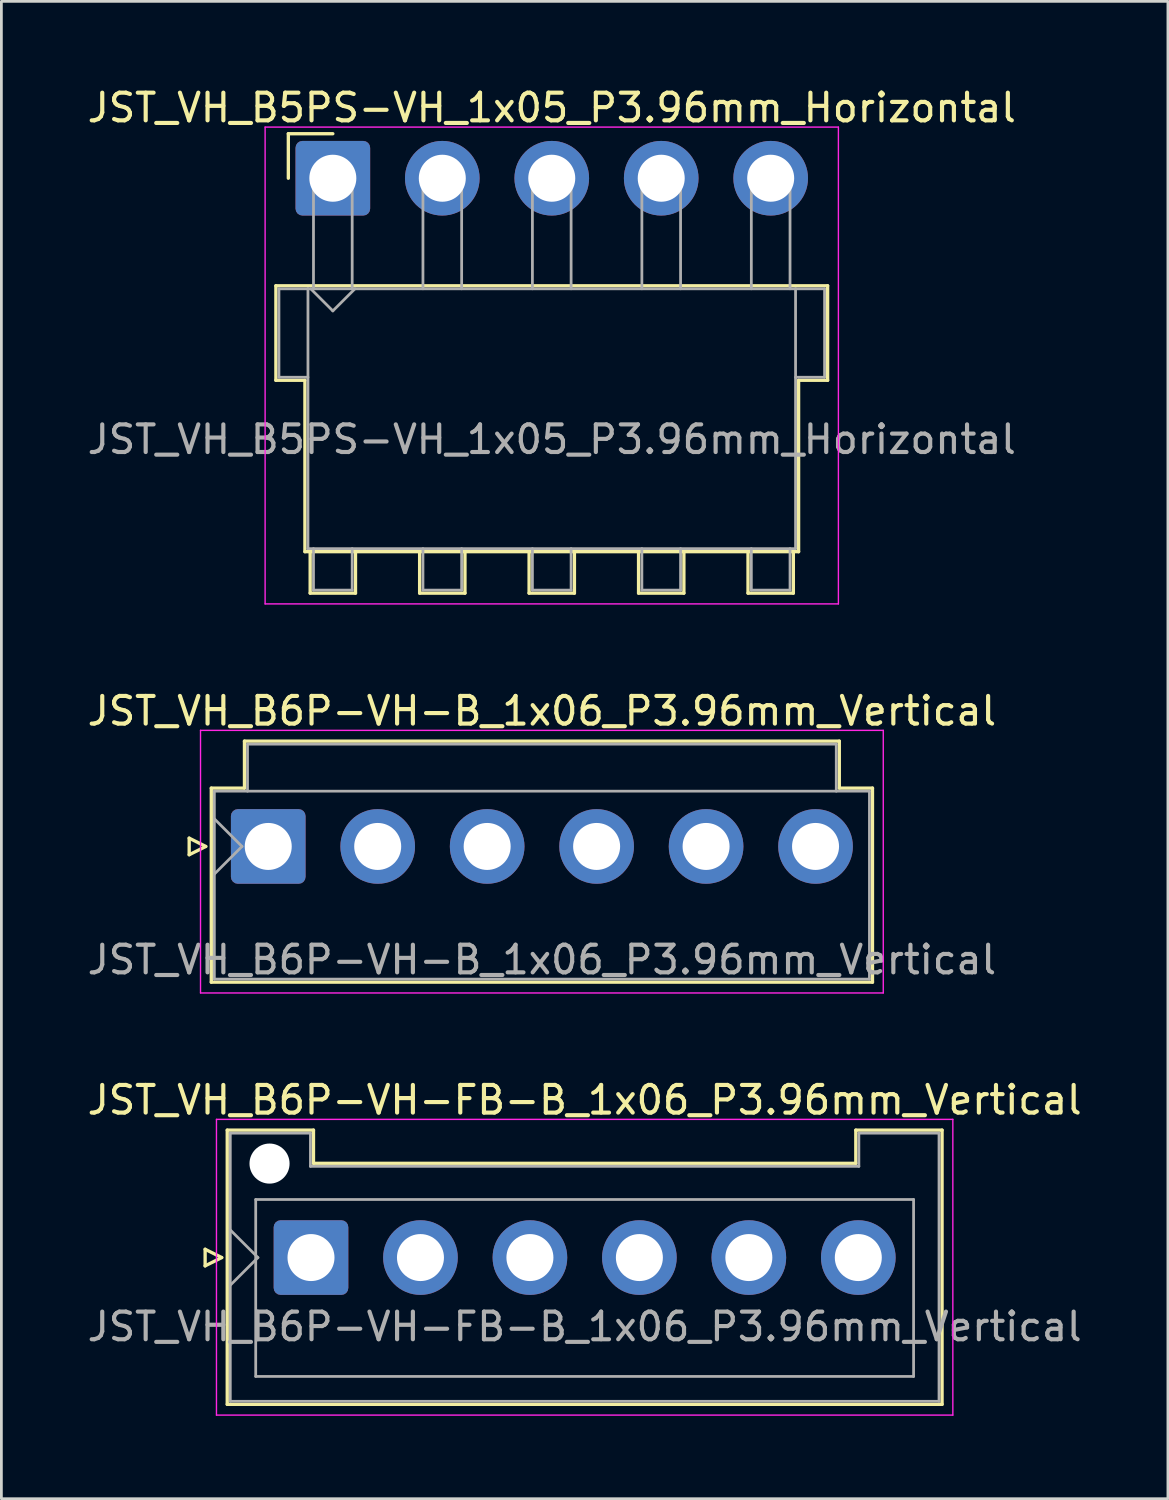
<source format=kicad_pcb>
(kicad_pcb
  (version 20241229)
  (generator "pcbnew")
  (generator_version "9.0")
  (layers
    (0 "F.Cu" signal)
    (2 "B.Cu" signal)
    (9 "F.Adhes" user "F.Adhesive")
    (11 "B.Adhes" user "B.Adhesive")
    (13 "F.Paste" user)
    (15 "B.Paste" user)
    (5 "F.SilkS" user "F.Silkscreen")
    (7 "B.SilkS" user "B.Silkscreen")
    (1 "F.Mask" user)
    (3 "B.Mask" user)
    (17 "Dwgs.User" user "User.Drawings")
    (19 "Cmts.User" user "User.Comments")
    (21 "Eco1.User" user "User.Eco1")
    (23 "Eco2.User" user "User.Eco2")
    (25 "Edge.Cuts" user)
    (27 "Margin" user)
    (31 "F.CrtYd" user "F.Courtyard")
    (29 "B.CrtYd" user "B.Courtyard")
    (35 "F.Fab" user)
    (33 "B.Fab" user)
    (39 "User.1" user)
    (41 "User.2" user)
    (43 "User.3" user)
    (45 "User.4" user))
  (footprint "JST_VH_B6P-VH-FB-B_1x06_P3.96mm_Vertical"
    (layer "F.Cu")
    (at 8.201 42.445)
    (property "Reference" "JST_VH_B6P-VH-FB-B_1x06_P3.96mm_Vertical" (at 9.9 -5.7 0) (layer "F.SilkS") (effects (font (size 1 1) (thickness 0.15))))
    (attr through_hole)
    (fp_line (start -3.83 -0.3) (end -3.23 0) (stroke (width 0.12) (type solid)) (layer "F.SilkS"))
    (fp_line (start -3.83 0.3) (end -3.83 -0.3) (stroke (width 0.12) (type solid)) (layer "F.SilkS"))
    (fp_line (start -3.23 0) (end -3.83 0.3) (stroke (width 0.12) (type solid)) (layer "F.SilkS"))
    (fp_line (start -3.03 -4.61) (end 0.09 -4.61) (stroke (width 0.12) (type solid)) (layer "F.SilkS"))
    (fp_line (start -3.03 5.31) (end -3.03 -4.61) (stroke (width 0.12) (type solid)) (layer "F.SilkS"))
    (fp_line (start 0.09 -4.61) (end 0.09 -3.41) (stroke (width 0.12) (type solid)) (layer "F.SilkS"))
    (fp_line (start 0.09 -3.41) (end 19.71 -3.41) (stroke (width 0.12) (type solid)) (layer "F.SilkS"))
    (fp_line (start 19.71 -4.61) (end 22.83 -4.61) (stroke (width 0.12) (type solid)) (layer "F.SilkS"))
    (fp_line (start 19.71 -3.41) (end 19.71 -4.61) (stroke (width 0.12) (type solid)) (layer "F.SilkS"))
    (fp_line (start 22.83 -4.61) (end 22.83 5.31) (stroke (width 0.12) (type solid)) (layer "F.SilkS"))
    (fp_line (start 22.83 5.31) (end -3.03 5.31) (stroke (width 0.12) (type solid)) (layer "F.SilkS"))
    (fp_line (start -3.42 -5) (end -3.42 5.7) (stroke (width 0.05) (type solid)) (layer "F.CrtYd"))
    (fp_line (start -3.42 5.7) (end 23.22 5.7) (stroke (width 0.05) (type solid)) (layer "F.CrtYd"))
    (fp_line (start 23.22 -5) (end -3.42 -5) (stroke (width 0.05) (type solid)) (layer "F.CrtYd"))
    (fp_line (start 23.22 5.7) (end 23.22 -5) (stroke (width 0.05) (type solid)) (layer "F.CrtYd"))
    (fp_line (start -2.92 -4.5) (end -0.02 -4.5) (stroke (width 0.1) (type solid)) (layer "F.Fab"))
    (fp_line (start -2.92 -1) (end -1.92 0) (stroke (width 0.1) (type solid)) (layer "F.Fab"))
    (fp_line (start -2.92 1) (end -1.92 0) (stroke (width 0.1) (type solid)) (layer "F.Fab"))
    (fp_line (start -2.92 5.2) (end -2.92 -4.5) (stroke (width 0.1) (type solid)) (layer "F.Fab"))
    (fp_line (start -2 -2.1) (end 21.8 -2.1) (stroke (width 0.1) (type solid)) (layer "F.Fab"))
    (fp_line (start -2 4.3) (end -2 -2.1) (stroke (width 0.1) (type solid)) (layer "F.Fab"))
    (fp_line (start -0.02 -4.5) (end -0.02 -3.3) (stroke (width 0.1) (type solid)) (layer "F.Fab"))
    (fp_line (start -0.02 -3.3) (end 19.82 -3.3) (stroke (width 0.1) (type solid)) (layer "F.Fab"))
    (fp_line (start 19.82 -4.5) (end 22.72 -4.5) (stroke (width 0.1) (type solid)) (layer "F.Fab"))
    (fp_line (start 19.82 -3.3) (end 19.82 -4.5) (stroke (width 0.1) (type solid)) (layer "F.Fab"))
    (fp_line (start 21.8 -2.1) (end 21.8 4.3) (stroke (width 0.1) (type solid)) (layer "F.Fab"))
    (fp_line (start 21.8 4.3) (end -2 4.3) (stroke (width 0.1) (type solid)) (layer "F.Fab"))
    (fp_line (start 22.72 -4.5) (end 22.72 5.2) (stroke (width 0.1) (type solid)) (layer "F.Fab"))
    (fp_line (start 22.72 5.2) (end -2.92 5.2) (stroke (width 0.1) (type solid)) (layer "F.Fab"))
    (fp_text user "${REFERENCE}" (at 9.9 2.5 0) (layer "F.Fab") (effects (font (size 1 1) (thickness 0.15))))
    (pad "" np_thru_hole circle (at -1.5 -3.4) (size 1.45 1.45) (drill 1.45) (layers "*.Cu" "*.Mask"))
    (pad "1" thru_hole roundrect (at 0 0) (size 2.7 2.7) (drill 1.7) (layers "*.Cu" "*.Mask") (roundrect_rratio 0.093))
    (pad "2" thru_hole circle (at 3.96 0) (size 2.7 2.7) (drill 1.7) (layers "*.Cu" "*.Mask"))
    (pad "3" thru_hole circle (at 7.92 0) (size 2.7 2.7) (drill 1.7) (layers "*.Cu" "*.Mask"))
    (pad "4" thru_hole circle (at 11.88 0) (size 2.7 2.7) (drill 1.7) (layers "*.Cu" "*.Mask"))
    (pad "5" thru_hole circle (at 15.84 0) (size 2.7 2.7) (drill 1.7) (layers "*.Cu" "*.Mask"))
    (pad "6" thru_hole circle (at 19.8 0) (size 2.7 2.7) (drill 1.7) (layers "*.Cu" "*.Mask")))
  (footprint "JST_VH_B6P-VH-B_1x06_P3.96mm_Vertical"
    (layer "F.Cu")
    (at 6.654 27.572)
    (property "Reference" "JST_VH_B6P-VH-B_1x06_P3.96mm_Vertical" (at 9.9 -4.9 0) (layer "F.SilkS") (effects (font (size 1 1) (thickness 0.15))))
    (attr through_hole)
    (fp_line (start -2.86 -0.3) (end -2.26 0) (stroke (width 0.12) (type solid)) (layer "F.SilkS"))
    (fp_line (start -2.86 0.3) (end -2.86 -0.3) (stroke (width 0.12) (type solid)) (layer "F.SilkS"))
    (fp_line (start -2.26 0) (end -2.86 0.3) (stroke (width 0.12) (type solid)) (layer "F.SilkS"))
    (fp_line (start -2.06 -2.11) (end -0.86 -2.11) (stroke (width 0.12) (type solid)) (layer "F.SilkS"))
    (fp_line (start -2.06 4.91) (end -2.06 -2.11) (stroke (width 0.12) (type solid)) (layer "F.SilkS"))
    (fp_line (start -0.86 -3.81) (end 20.66 -3.81) (stroke (width 0.12) (type solid)) (layer "F.SilkS"))
    (fp_line (start -0.86 -2.11) (end -0.86 -3.81) (stroke (width 0.12) (type solid)) (layer "F.SilkS"))
    (fp_line (start 20.66 -3.81) (end 20.66 -2.11) (stroke (width 0.12) (type solid)) (layer "F.SilkS"))
    (fp_line (start 20.66 -2.11) (end 21.86 -2.11) (stroke (width 0.12) (type solid)) (layer "F.SilkS"))
    (fp_line (start 21.86 -2.11) (end 21.86 4.91) (stroke (width 0.12) (type solid)) (layer "F.SilkS"))
    (fp_line (start 21.86 4.91) (end -2.06 4.91) (stroke (width 0.12) (type solid)) (layer "F.SilkS"))
    (fp_line (start -2.45 -4.2) (end -2.45 5.3) (stroke (width 0.05) (type solid)) (layer "F.CrtYd"))
    (fp_line (start -2.45 5.3) (end 22.25 5.3) (stroke (width 0.05) (type solid)) (layer "F.CrtYd"))
    (fp_line (start 22.25 -4.2) (end -2.45 -4.2) (stroke (width 0.05) (type solid)) (layer "F.CrtYd"))
    (fp_line (start 22.25 5.3) (end 22.25 -4.2) (stroke (width 0.05) (type solid)) (layer "F.CrtYd"))
    (fp_line (start -1.95 -2) (end -1.95 4.8) (stroke (width 0.1) (type solid)) (layer "F.Fab"))
    (fp_line (start -1.95 -1) (end -0.95 0) (stroke (width 0.1) (type solid)) (layer "F.Fab"))
    (fp_line (start -1.95 1) (end -0.95 0) (stroke (width 0.1) (type solid)) (layer "F.Fab"))
    (fp_line (start -1.95 4.8) (end 21.75 4.8) (stroke (width 0.1) (type solid)) (layer "F.Fab"))
    (fp_line (start -0.75 -3.7) (end 20.55 -3.7) (stroke (width 0.1) (type solid)) (layer "F.Fab"))
    (fp_line (start -0.75 -2) (end -0.75 -3.7) (stroke (width 0.1) (type solid)) (layer "F.Fab"))
    (fp_line (start 20.55 -3.7) (end 20.55 -2) (stroke (width 0.1) (type solid)) (layer "F.Fab"))
    (fp_line (start 21.75 -2) (end -1.95 -2) (stroke (width 0.1) (type solid)) (layer "F.Fab"))
    (fp_line (start 21.75 4.8) (end 21.75 -2) (stroke (width 0.1) (type solid)) (layer "F.Fab"))
    (fp_text user "${REFERENCE}" (at 9.9 4.1 0) (layer "F.Fab") (effects (font (size 1 1) (thickness 0.15))))
    (pad "1" thru_hole roundrect (at 0 0) (size 2.7 2.7) (drill 1.7) (layers "*.Cu" "*.Mask") (roundrect_rratio 0.093))
    (pad "2" thru_hole circle (at 3.96 0) (size 2.7 2.7) (drill 1.7) (layers "*.Cu" "*.Mask"))
    (pad "3" thru_hole circle (at 7.92 0) (size 2.7 2.7) (drill 1.7) (layers "*.Cu" "*.Mask"))
    (pad "4" thru_hole circle (at 11.88 0) (size 2.7 2.7) (drill 1.7) (layers "*.Cu" "*.Mask"))
    (pad "5" thru_hole circle (at 15.84 0) (size 2.7 2.7) (drill 1.7) (layers "*.Cu" "*.Mask"))
    (pad "6" thru_hole circle (at 19.8 0) (size 2.7 2.7) (drill 1.7) (layers "*.Cu" "*.Mask")))
  (footprint "JST_VH_B5PS-VH_1x05_P3.96mm_Horizontal"
    (layer "F.Cu")
    (at 8.991 3.398)
    (property "Reference" "JST_VH_B5PS-VH_1x05_P3.96mm_Horizontal" (at 7.92 -2.55 0) (layer "F.SilkS") (effects (font (size 1 1) (thickness 0.15))))
    (attr through_hole)
    (fp_line (start -2.06 3.89) (end 17.9 3.89) (stroke (width 0.12) (type solid)) (layer "F.SilkS"))
    (fp_line (start -2.06 7.31) (end -2.06 3.89) (stroke (width 0.12) (type solid)) (layer "F.SilkS"))
    (fp_line (start -1.61 -1.61) (end -1.61 0) (stroke (width 0.12) (type solid)) (layer "F.SilkS"))
    (fp_line (start -1.01 7.31) (end -2.06 7.31) (stroke (width 0.12) (type solid)) (layer "F.SilkS"))
    (fp_line (start -1.01 13.51) (end -1.01 7.31) (stroke (width 0.12) (type solid)) (layer "F.SilkS"))
    (fp_line (start -0.82 13.51) (end -0.82 15.01) (stroke (width 0.12) (type solid)) (layer "F.SilkS"))
    (fp_line (start -0.82 15.01) (end 0.82 15.01) (stroke (width 0.12) (type solid)) (layer "F.SilkS"))
    (fp_line (start 0 -1.61) (end -1.61 -1.61) (stroke (width 0.12) (type solid)) (layer "F.SilkS"))
    (fp_line (start 0.82 15.01) (end 0.82 13.51) (stroke (width 0.12) (type solid)) (layer "F.SilkS"))
    (fp_line (start 3.14 13.51) (end 3.14 15.01) (stroke (width 0.12) (type solid)) (layer "F.SilkS"))
    (fp_line (start 3.14 15.01) (end 4.78 15.01) (stroke (width 0.12) (type solid)) (layer "F.SilkS"))
    (fp_line (start 4.78 15.01) (end 4.78 13.51) (stroke (width 0.12) (type solid)) (layer "F.SilkS"))
    (fp_line (start 7.1 13.51) (end 7.1 15.01) (stroke (width 0.12) (type solid)) (layer "F.SilkS"))
    (fp_line (start 7.1 15.01) (end 8.74 15.01) (stroke (width 0.12) (type solid)) (layer "F.SilkS"))
    (fp_line (start 8.74 15.01) (end 8.74 13.51) (stroke (width 0.12) (type solid)) (layer "F.SilkS"))
    (fp_line (start 11.06 13.51) (end 11.06 15.01) (stroke (width 0.12) (type solid)) (layer "F.SilkS"))
    (fp_line (start 11.06 15.01) (end 12.7 15.01) (stroke (width 0.12) (type solid)) (layer "F.SilkS"))
    (fp_line (start 12.7 15.01) (end 12.7 13.51) (stroke (width 0.12) (type solid)) (layer "F.SilkS"))
    (fp_line (start 15.02 13.51) (end 15.02 15.01) (stroke (width 0.12) (type solid)) (layer "F.SilkS"))
    (fp_line (start 15.02 15.01) (end 16.66 15.01) (stroke (width 0.12) (type solid)) (layer "F.SilkS"))
    (fp_line (start 16.66 15.01) (end 16.66 13.51) (stroke (width 0.12) (type solid)) (layer "F.SilkS"))
    (fp_line (start 16.85 7.31) (end 16.85 13.51) (stroke (width 0.12) (type solid)) (layer "F.SilkS"))
    (fp_line (start 16.85 13.51) (end -1.01 13.51) (stroke (width 0.12) (type solid)) (layer "F.SilkS"))
    (fp_line (start 17.9 3.89) (end 17.9 7.31) (stroke (width 0.12) (type solid)) (layer "F.SilkS"))
    (fp_line (start 17.9 7.31) (end 16.85 7.31) (stroke (width 0.12) (type solid)) (layer "F.SilkS"))
    (fp_line (start -2.45 -1.85) (end -2.45 15.4) (stroke (width 0.05) (type solid)) (layer "F.CrtYd"))
    (fp_line (start -2.45 15.4) (end 18.29 15.4) (stroke (width 0.05) (type solid)) (layer "F.CrtYd"))
    (fp_line (start 18.29 -1.85) (end -2.45 -1.85) (stroke (width 0.05) (type solid)) (layer "F.CrtYd"))
    (fp_line (start 18.29 15.4) (end 18.29 -1.85) (stroke (width 0.05) (type solid)) (layer "F.CrtYd"))
    (fp_line (start -1.95 4) (end -0.9 4) (stroke (width 0.1) (type solid)) (layer "F.Fab"))
    (fp_line (start -1.95 7.2) (end -1.95 4) (stroke (width 0.1) (type solid)) (layer "F.Fab"))
    (fp_line (start -0.9 4) (end -0.9 13.4) (stroke (width 0.1) (type solid)) (layer "F.Fab"))
    (fp_line (start -0.9 7.2) (end -1.95 7.2) (stroke (width 0.1) (type solid)) (layer "F.Fab"))
    (fp_line (start -0.9 13.4) (end 16.74 13.4) (stroke (width 0.1) (type solid)) (layer "F.Fab"))
    (fp_line (start -0.8 4) (end 0 4.8) (stroke (width 0.1) (type solid)) (layer "F.Fab"))
    (fp_line (start -0.7 0) (end 0.7 0) (stroke (width 0.1) (type solid)) (layer "F.Fab"))
    (fp_line (start -0.7 4) (end -0.7 0) (stroke (width 0.1) (type solid)) (layer "F.Fab"))
    (fp_line (start -0.7 13.4) (end -0.7 14.9) (stroke (width 0.1) (type solid)) (layer "F.Fab"))
    (fp_line (start -0.7 14.9) (end 0.7 14.9) (stroke (width 0.1) (type solid)) (layer "F.Fab"))
    (fp_line (start 0 4.8) (end 0.8 4) (stroke (width 0.1) (type solid)) (layer "F.Fab"))
    (fp_line (start 0.7 0) (end 0.7 4) (stroke (width 0.1) (type solid)) (layer "F.Fab"))
    (fp_line (start 0.7 14.9) (end 0.7 13.4) (stroke (width 0.1) (type solid)) (layer "F.Fab"))
    (fp_line (start 3.26 0) (end 4.66 0) (stroke (width 0.1) (type solid)) (layer "F.Fab"))
    (fp_line (start 3.26 4) (end 3.26 0) (stroke (width 0.1) (type solid)) (layer "F.Fab"))
    (fp_line (start 3.26 13.4) (end 3.26 14.9) (stroke (width 0.1) (type solid)) (layer "F.Fab"))
    (fp_line (start 3.26 14.9) (end 4.66 14.9) (stroke (width 0.1) (type solid)) (layer "F.Fab"))
    (fp_line (start 4.66 0) (end 4.66 4) (stroke (width 0.1) (type solid)) (layer "F.Fab"))
    (fp_line (start 4.66 14.9) (end 4.66 13.4) (stroke (width 0.1) (type solid)) (layer "F.Fab"))
    (fp_line (start 7.22 0) (end 8.62 0) (stroke (width 0.1) (type solid)) (layer "F.Fab"))
    (fp_line (start 7.22 4) (end 7.22 0) (stroke (width 0.1) (type solid)) (layer "F.Fab"))
    (fp_line (start 7.22 13.4) (end 7.22 14.9) (stroke (width 0.1) (type solid)) (layer "F.Fab"))
    (fp_line (start 7.22 14.9) (end 8.62 14.9) (stroke (width 0.1) (type solid)) (layer "F.Fab"))
    (fp_line (start 8.62 0) (end 8.62 4) (stroke (width 0.1) (type solid)) (layer "F.Fab"))
    (fp_line (start 8.62 14.9) (end 8.62 13.4) (stroke (width 0.1) (type solid)) (layer "F.Fab"))
    (fp_line (start 11.18 0) (end 12.58 0) (stroke (width 0.1) (type solid)) (layer "F.Fab"))
    (fp_line (start 11.18 4) (end 11.18 0) (stroke (width 0.1) (type solid)) (layer "F.Fab"))
    (fp_line (start 11.18 13.4) (end 11.18 14.9) (stroke (width 0.1) (type solid)) (layer "F.Fab"))
    (fp_line (start 11.18 14.9) (end 12.58 14.9) (stroke (width 0.1) (type solid)) (layer "F.Fab"))
    (fp_line (start 12.58 0) (end 12.58 4) (stroke (width 0.1) (type solid)) (layer "F.Fab"))
    (fp_line (start 12.58 14.9) (end 12.58 13.4) (stroke (width 0.1) (type solid)) (layer "F.Fab"))
    (fp_line (start 15.14 0) (end 16.54 0) (stroke (width 0.1) (type solid)) (layer "F.Fab"))
    (fp_line (start 15.14 4) (end 15.14 0) (stroke (width 0.1) (type solid)) (layer "F.Fab"))
    (fp_line (start 15.14 13.4) (end 15.14 14.9) (stroke (width 0.1) (type solid)) (layer "F.Fab"))
    (fp_line (start 15.14 14.9) (end 16.54 14.9) (stroke (width 0.1) (type solid)) (layer "F.Fab"))
    (fp_line (start 16.54 0) (end 16.54 4) (stroke (width 0.1) (type solid)) (layer "F.Fab"))
    (fp_line (start 16.54 14.9) (end 16.54 13.4) (stroke (width 0.1) (type solid)) (layer "F.Fab"))
    (fp_line (start 16.74 4) (end -0.9 4) (stroke (width 0.1) (type solid)) (layer "F.Fab"))
    (fp_line (start 16.74 4) (end 17.79 4) (stroke (width 0.1) (type solid)) (layer "F.Fab"))
    (fp_line (start 16.74 13.4) (end 16.74 4) (stroke (width 0.1) (type solid)) (layer "F.Fab"))
    (fp_line (start 17.79 4) (end 17.79 7.2) (stroke (width 0.1) (type solid)) (layer "F.Fab"))
    (fp_line (start 17.79 7.2) (end 16.74 7.2) (stroke (width 0.1) (type solid)) (layer "F.Fab"))
    (fp_text user "${REFERENCE}" (at 7.92 9.45 0) (layer "F.Fab") (effects (font (size 1 1) (thickness 0.15))))
    (pad "1" thru_hole roundrect (at 0 0) (size 2.7 2.7) (drill 1.7) (layers "*.Cu" "*.Mask") (roundrect_rratio 0.093))
    (pad "2" thru_hole circle (at 3.96 0) (size 2.7 2.7) (drill 1.7) (layers "*.Cu" "*.Mask"))
    (pad "3" thru_hole circle (at 7.92 0) (size 2.7 2.7) (drill 1.7) (layers "*.Cu" "*.Mask"))
    (pad "4" thru_hole circle (at 11.88 0) (size 2.7 2.7) (drill 1.7) (layers "*.Cu" "*.Mask"))
    (pad "5" thru_hole circle (at 15.84 0) (size 2.7 2.7) (drill 1.7) (layers "*.Cu" "*.Mask")))
  (gr_rect
    (start -3 -3)
    (end 39.202 51.17)
    (stroke (width 0.1) (type default))
    (fill no)
    (layer "Edge.Cuts")))
</source>
